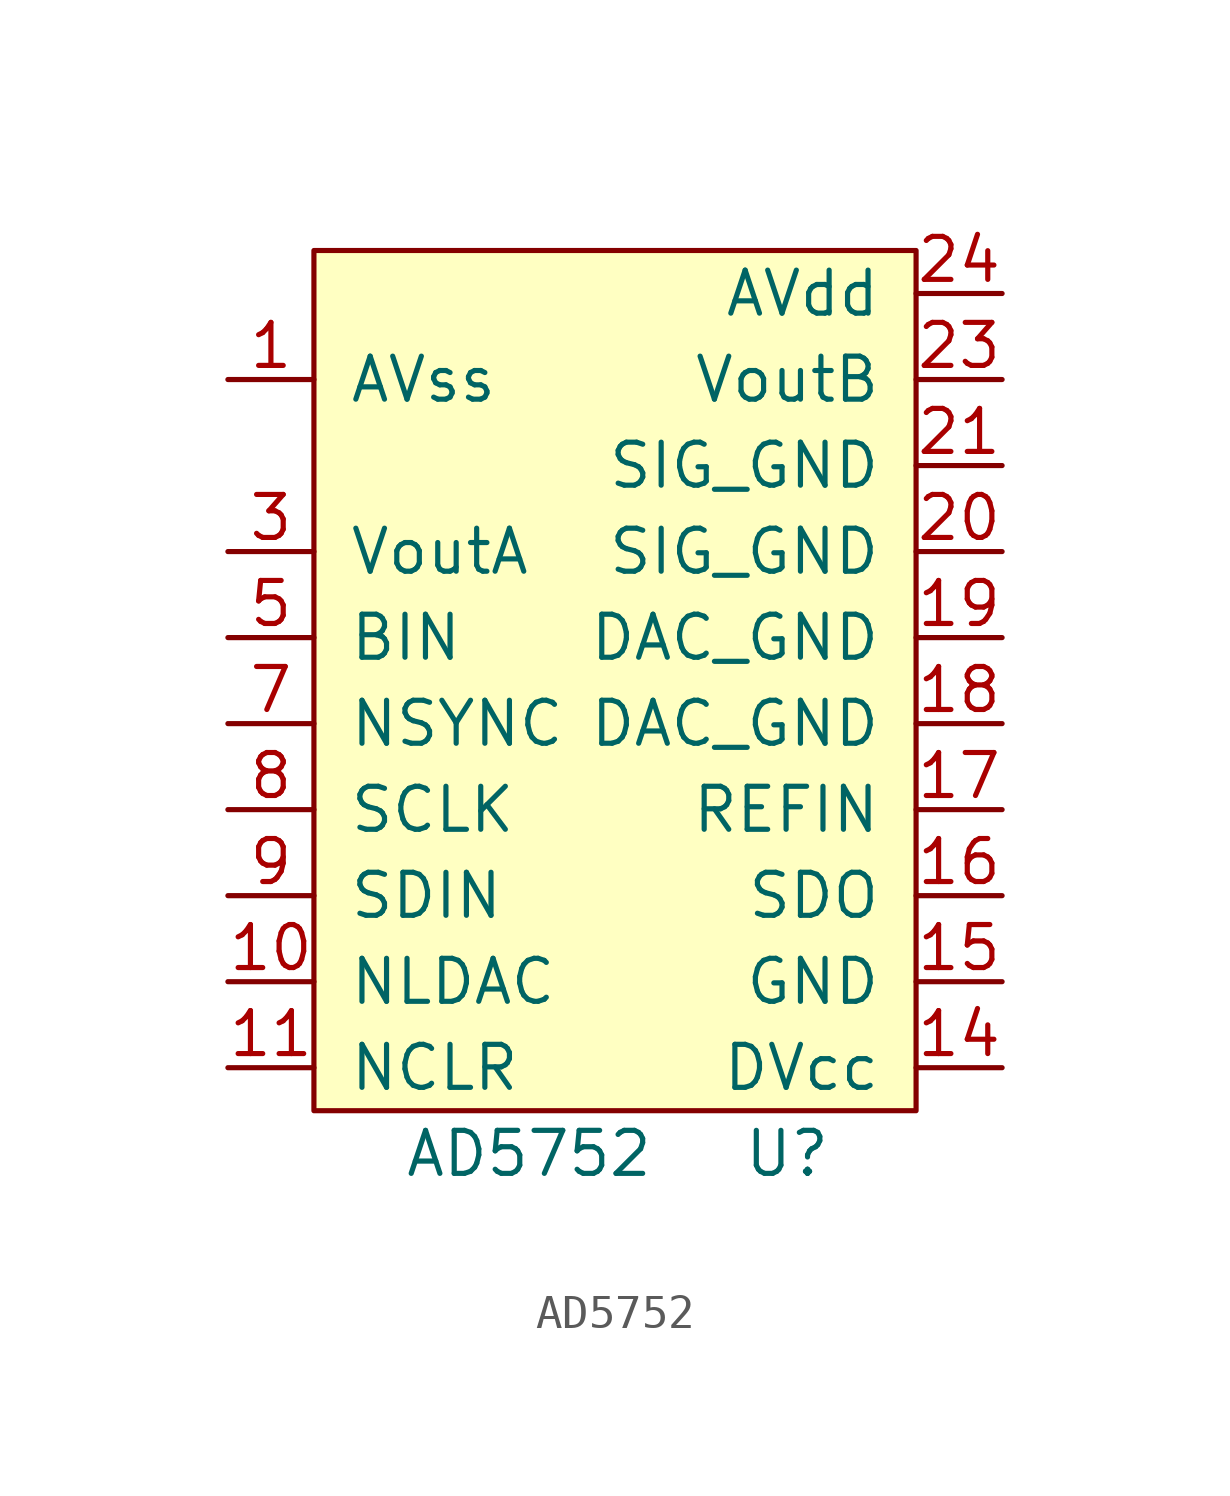
<source format=kicad_sym>
(kicad_symbol_lib
  (version 20211014)
  (generator kicad_symbol_editor)
  (symbol "AD5752"
    (pin_names
      (offset 1.016))
    (property "Reference" "U"
      (at 5.08 -15.24 0)
      (effects (font (size 1.27 1.27))))
    (property "Value" "AD5752"
      (at -2.54 -15.24 0)
      (effects (font (size 1.27 1.27))))
    (symbol "AD5752_0_1"
      (rectangle (start -8.89 11.43) (end 8.89 -13.97) (stroke (width 0) (type default) (color 0 0 0 0)) (fill (type background))))
    (symbol "AD5752_1_1"
      (pin power_in line (at -11.43 7.62 0) (length 2.54) (name "AVss" (effects (font (size 1.27 1.27)))) (number "1" (effects (font (size 1.27 1.27)))))
      (pin input line (at -11.43 -10.16 0) (length 2.54) (name "NLDAC" (effects (font (size 1.27 1.27)))) (number "10" (effects (font (size 1.27 1.27)))))
      (pin input line (at -11.43 -12.7 0) (length 2.54) (name "NCLR" (effects (font (size 1.27 1.27)))) (number "11" (effects (font (size 1.27 1.27)))))
      (pin power_in line (at 11.43 -12.7 180) (length 2.54) (name "DVcc" (effects (font (size 1.27 1.27)))) (number "14" (effects (font (size 1.27 1.27)))))
      (pin power_in line (at 11.43 -10.16 180) (length 2.54) (name "GND" (effects (font (size 1.27 1.27)))) (number "15" (effects (font (size 1.27 1.27)))))
      (pin output line (at 11.43 -7.62 180) (length 2.54) (name "SDO" (effects (font (size 1.27 1.27)))) (number "16" (effects (font (size 1.27 1.27)))))
      (pin input line (at 11.43 -5.08 180) (length 2.54) (name "REFIN" (effects (font (size 1.27 1.27)))) (number "17" (effects (font (size 1.27 1.27)))))
      (pin input line (at 11.43 -2.54 180) (length 2.54) (name "DAC_GND" (effects (font (size 1.27 1.27)))) (number "18" (effects (font (size 1.27 1.27)))))
      (pin input line (at 11.43 0 180) (length 2.54) (name "DAC_GND" (effects (font (size 1.27 1.27)))) (number "19" (effects (font (size 1.27 1.27)))))
      (pin input line (at 11.43 2.54 180) (length 2.54) (name "SIG_GND" (effects (font (size 1.27 1.27)))) (number "20" (effects (font (size 1.27 1.27)))))
      (pin input line (at 11.43 5.08 180) (length 2.54) (name "SIG_GND" (effects (font (size 1.27 1.27)))) (number "21" (effects (font (size 1.27 1.27)))))
      (pin output line (at 11.43 7.62 180) (length 2.54) (name "VoutB" (effects (font (size 1.27 1.27)))) (number "23" (effects (font (size 1.27 1.27)))))
      (pin power_in line (at 11.43 10.16 180) (length 2.54) (name "AVdd" (effects (font (size 1.27 1.27)))) (number "24" (effects (font (size 1.27 1.27)))))
      (pin output line (at -11.43 2.54 0) (length 2.54) (name "VoutA" (effects (font (size 1.27 1.27)))) (number "3" (effects (font (size 1.27 1.27)))))
      (pin input line (at -11.43 0 0) (length 2.54) (name "BIN" (effects (font (size 1.27 1.27)))) (number "5" (effects (font (size 1.27 1.27)))))
      (pin input line (at -11.43 -2.54 0) (length 2.54) (name "NSYNC" (effects (font (size 1.27 1.27)))) (number "7" (effects (font (size 1.27 1.27)))))
      (pin input line (at -11.43 -5.08 0) (length 2.54) (name "SCLK" (effects (font (size 1.27 1.27)))) (number "8" (effects (font (size 1.27 1.27)))))
      (pin input line (at -11.43 -7.62 0) (length 2.54) (name "SDIN" (effects (font (size 1.27 1.27)))) (number "9" (effects (font (size 1.27 1.27))))))))
</source>
